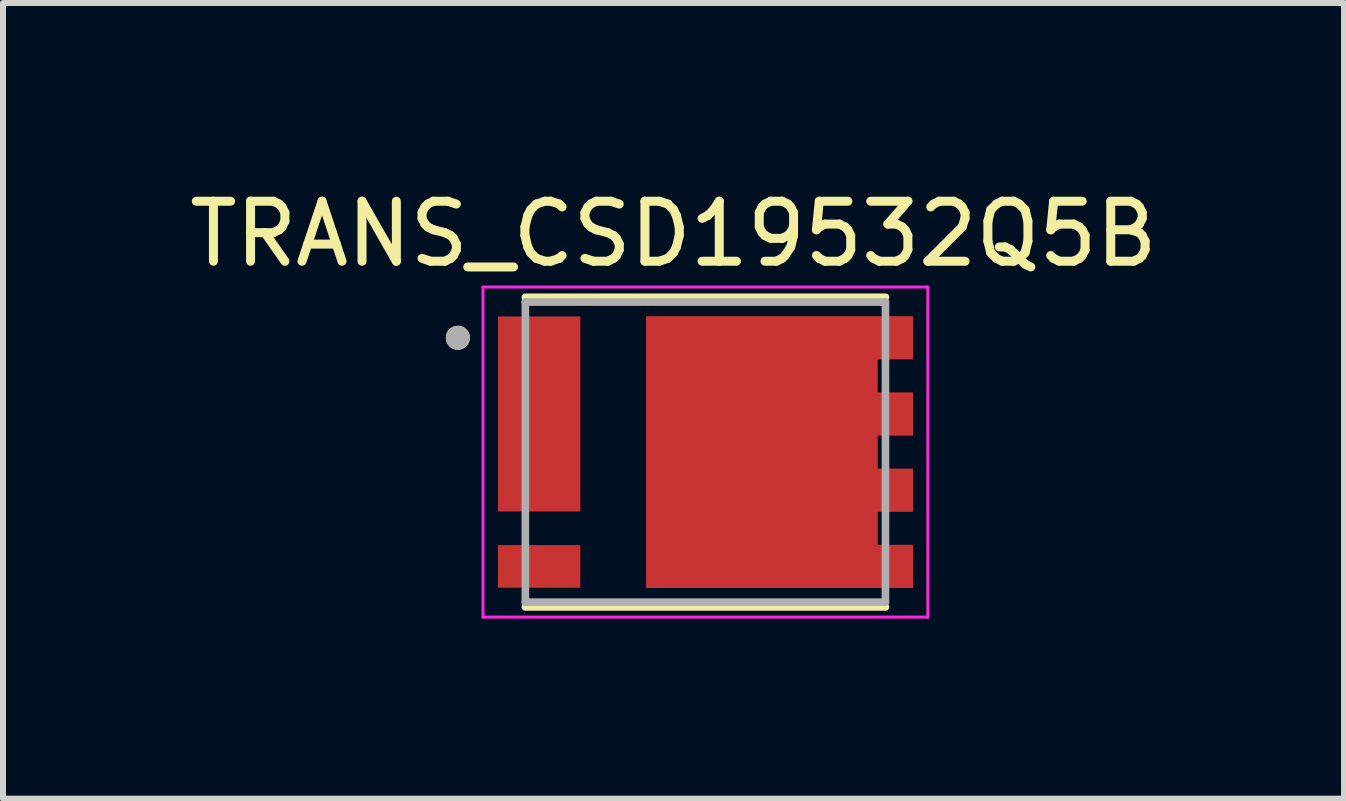
<source format=kicad_pcb>
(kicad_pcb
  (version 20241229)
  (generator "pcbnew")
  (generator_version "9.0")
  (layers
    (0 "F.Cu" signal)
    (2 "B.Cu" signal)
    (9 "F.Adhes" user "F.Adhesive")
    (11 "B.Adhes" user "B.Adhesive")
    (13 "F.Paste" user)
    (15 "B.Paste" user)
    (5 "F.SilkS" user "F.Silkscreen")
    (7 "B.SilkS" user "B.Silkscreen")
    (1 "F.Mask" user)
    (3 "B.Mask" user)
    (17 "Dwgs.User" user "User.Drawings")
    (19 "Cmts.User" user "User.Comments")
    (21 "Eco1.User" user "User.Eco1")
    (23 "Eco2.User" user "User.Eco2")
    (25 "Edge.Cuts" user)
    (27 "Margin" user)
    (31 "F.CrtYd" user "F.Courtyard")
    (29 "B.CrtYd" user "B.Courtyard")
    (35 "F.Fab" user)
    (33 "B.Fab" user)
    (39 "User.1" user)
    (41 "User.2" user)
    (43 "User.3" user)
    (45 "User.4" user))
  (footprint "TRANS_CSD19532Q5B"
    (layer "F.Cu")
    (at 8.704 4.483)
    (property "Reference" "TRANS_CSD19532Q5B" (at -0.531 -3.635 0) (layer "F.SilkS") (effects (font (size 1 1) (thickness 0.15))))
    (attr smd)
    (fp_poly (pts (xy -1.084 2.36) (xy -1.084 -2.36) (xy 3.556 -2.36) (xy 3.556 -1.45) (xy 2.966 -1.45) (xy 2.966 -1.09) (xy 3.556 -1.09) (xy 3.556 -0.18) (xy 2.966 -0.18) (xy 2.966 0.18) (xy 3.556 0.18) (xy 3.556 1.09) (xy 2.966 1.09) (xy 2.966 1.45) (xy 3.556 1.45) (xy 3.556 2.36)) (stroke (width 0.01) (type solid)) (fill yes) (layer "F.Mask"))
    (fp_line (start -3 2.58) (end 3 2.58) (stroke (width 0.127) (type solid)) (layer "F.SilkS"))
    (fp_line (start 3 -2.58) (end -3 -2.58) (stroke (width 0.127) (type solid)) (layer "F.SilkS"))
    (fp_circle (center -4.125 -1.905) (end -4.025 -1.905) (stroke (width 0.2) (type solid)) (fill no) (layer "F.SilkS"))
    (fp_poly (pts (xy -3.293 -2.186) (xy -2.221 -2.186) (xy -2.221 -1.624) (xy -3.293 -1.624)) (stroke (width 0.01) (type solid)) (fill yes) (layer "F.Paste"))
    (fp_poly (pts (xy -3.293 -0.916) (xy -2.221 -0.916) (xy -2.221 -0.354) (xy -3.293 -0.354)) (stroke (width 0.01) (type solid)) (fill yes) (layer "F.Paste"))
    (fp_poly (pts (xy -3.293 0.354) (xy -2.221 0.354) (xy -2.221 0.916) (xy -3.293 0.916)) (stroke (width 0.01) (type solid)) (fill yes) (layer "F.Paste"))
    (fp_poly (pts (xy -3.293 1.624) (xy -2.221 1.624) (xy -2.221 2.186) (xy -3.293 2.186)) (stroke (width 0.01) (type solid)) (fill yes) (layer "F.Paste"))
    (fp_poly (pts (xy -0.697 -1.942) (xy 0.597 -1.942) (xy 0.597 -1.196) (xy -0.697 -1.196)) (stroke (width 0.01) (type solid)) (fill yes) (layer "F.Paste"))
    (fp_poly (pts (xy -0.697 -0.896) (xy 0.597 -0.896) (xy 0.597 -0.15) (xy -0.697 -0.15)) (stroke (width 0.01) (type solid)) (fill yes) (layer "F.Paste"))
    (fp_poly (pts (xy -0.697 0.15) (xy 0.597 0.15) (xy 0.597 0.896) (xy -0.697 0.896)) (stroke (width 0.01) (type solid)) (fill yes) (layer "F.Paste"))
    (fp_poly (pts (xy -0.697 1.196) (xy 0.597 1.196) (xy 0.597 1.942) (xy -0.697 1.942)) (stroke (width 0.01) (type solid)) (fill yes) (layer "F.Paste"))
    (fp_poly (pts (xy 0.947 -1.942) (xy 2.241 -1.942) (xy 2.241 -1.196) (xy 0.947 -1.196)) (stroke (width 0.01) (type solid)) (fill yes) (layer "F.Paste"))
    (fp_poly (pts (xy 0.947 -0.896) (xy 2.241 -0.896) (xy 2.241 -0.15) (xy 0.947 -0.15)) (stroke (width 0.01) (type solid)) (fill yes) (layer "F.Paste"))
    (fp_poly (pts (xy 0.947 0.15) (xy 2.241 0.15) (xy 2.241 0.896) (xy 0.947 0.896)) (stroke (width 0.01) (type solid)) (fill yes) (layer "F.Paste"))
    (fp_poly (pts (xy 0.947 1.196) (xy 2.241 1.196) (xy 2.241 1.942) (xy 0.947 1.942)) (stroke (width 0.01) (type solid)) (fill yes) (layer "F.Paste"))
    (fp_poly (pts (xy 2.527 -2.159) (xy 3.293 -2.159) (xy 3.293 -1.651) (xy 2.527 -1.651)) (stroke (width 0.01) (type solid)) (fill yes) (layer "F.Paste"))
    (fp_poly (pts (xy 2.527 -0.889) (xy 3.293 -0.889) (xy 3.293 -0.381) (xy 2.527 -0.381)) (stroke (width 0.01) (type solid)) (fill yes) (layer "F.Paste"))
    (fp_poly (pts (xy 2.527 0.381) (xy 3.293 0.381) (xy 3.293 0.889) (xy 2.527 0.889)) (stroke (width 0.01) (type solid)) (fill yes) (layer "F.Paste"))
    (fp_poly (pts (xy 2.527 1.651) (xy 3.293 1.651) (xy 3.293 2.159) (xy 2.527 2.159)) (stroke (width 0.01) (type solid)) (fill yes) (layer "F.Paste"))
    (fp_line (start -3.706 -2.75) (end 3.706 -2.75) (stroke (width 0.05) (type solid)) (layer "F.CrtYd"))
    (fp_line (start -3.706 2.75) (end -3.706 -2.75) (stroke (width 0.05) (type solid)) (layer "F.CrtYd"))
    (fp_line (start 3.706 -2.75) (end 3.706 2.75) (stroke (width 0.05) (type solid)) (layer "F.CrtYd"))
    (fp_line (start 3.706 2.75) (end -3.706 2.75) (stroke (width 0.05) (type solid)) (layer "F.CrtYd"))
    (fp_line (start -3 -2.5) (end -3 2.5) (stroke (width 0.127) (type solid)) (layer "F.Fab"))
    (fp_line (start -3 2.5) (end 3 2.5) (stroke (width 0.127) (type solid)) (layer "F.Fab"))
    (fp_line (start 3 -2.5) (end -3 -2.5) (stroke (width 0.127) (type solid)) (layer "F.Fab"))
    (fp_line (start 3 2.5) (end 3 -2.5) (stroke (width 0.127) (type solid)) (layer "F.Fab"))
    (fp_circle (center -4.125 -1.905) (end -4.025 -1.905) (stroke (width 0.2) (type solid)) (fill no) (layer "F.Fab"))
    (pad "1_3" smd rect (at -2.77 -0.635) (size 1.372 3.25) (layers "F.Cu" "F.Mask"))
    (pad "4" smd rect (at -2.77 1.905) (size 1.372 0.71) (layers "F.Cu" "F.Mask"))
    (pad "5_8" smd custom (at 0 0) (size 1 1) (layers "F.Cu") (options (anchor rect)) (primitives (gr_poly (pts (xy -0.984 2.26) (xy -0.984 -2.26) (xy 3.456 -2.26) (xy 3.456 -1.55) (xy 2.866 -1.55) (xy 2.866 -0.99) (xy 3.456 -0.99) (xy 3.456 -0.28) (xy 2.866 -0.28) (xy 2.866 0.28) (xy 3.456 0.28) (xy 3.456 0.99) (xy 2.866 0.99) (xy 2.866 1.55) (xy 3.456 1.55) (xy 3.456 2.26)) (width 0.01) (fill yes)))))
  (gr_rect
    (start -3 -3)
    (end 19.345 10.258)
    (stroke (width 0.1) (type default))
    (fill no)
    (layer "Edge.Cuts")))
</source>
